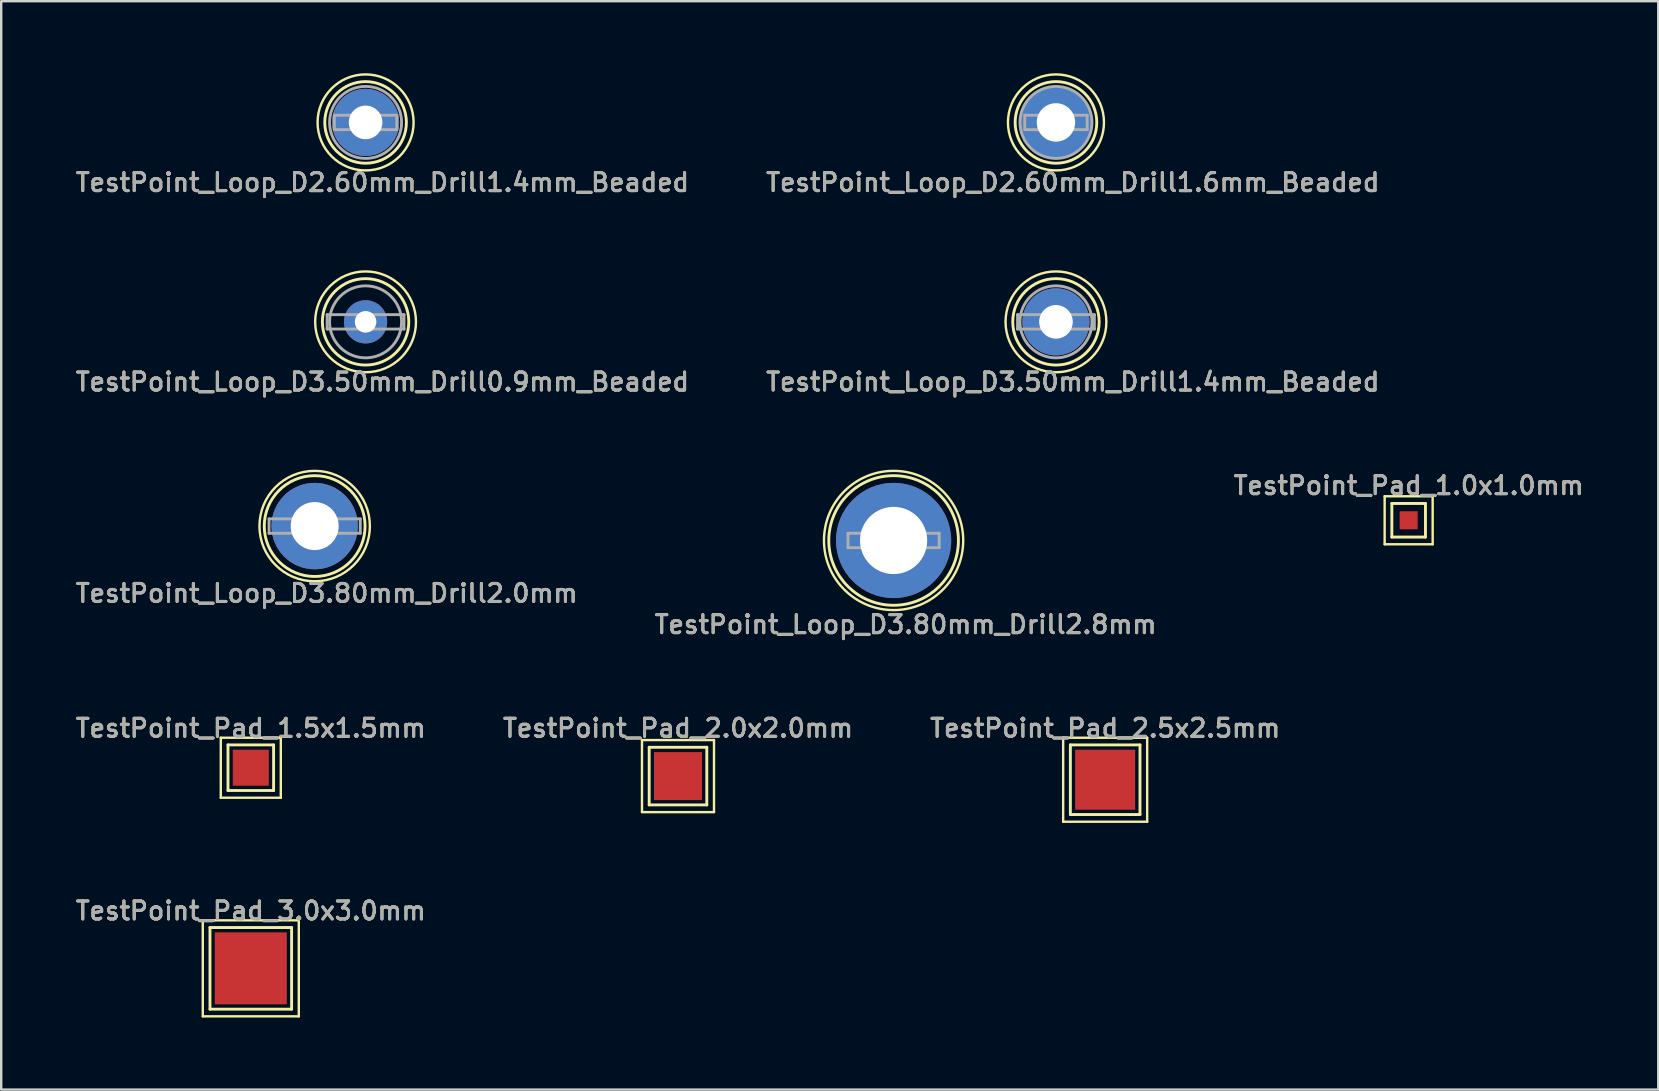
<source format=kicad_pcb>
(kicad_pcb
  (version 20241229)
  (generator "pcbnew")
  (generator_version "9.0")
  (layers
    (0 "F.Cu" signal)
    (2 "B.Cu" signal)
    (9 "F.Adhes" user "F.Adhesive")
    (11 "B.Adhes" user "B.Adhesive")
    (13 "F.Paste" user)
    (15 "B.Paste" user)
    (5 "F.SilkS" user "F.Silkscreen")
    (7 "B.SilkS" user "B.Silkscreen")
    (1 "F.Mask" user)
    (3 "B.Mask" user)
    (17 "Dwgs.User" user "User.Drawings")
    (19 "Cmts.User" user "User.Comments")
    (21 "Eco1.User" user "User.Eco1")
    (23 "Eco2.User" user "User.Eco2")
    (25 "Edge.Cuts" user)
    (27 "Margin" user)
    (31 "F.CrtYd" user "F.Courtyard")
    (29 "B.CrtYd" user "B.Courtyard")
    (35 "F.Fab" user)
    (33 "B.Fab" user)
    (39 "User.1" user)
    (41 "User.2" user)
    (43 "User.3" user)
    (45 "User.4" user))
  (footprint "TestPoint_Pad_1.5x1.5mm"
    (layer "F.Cu")
    (at 7.398 28.933)
    (property "Reference" "TestPoint_Pad_1.5x1.5mm" (at 0 -1.648 0) (layer "F.SilkS") (effects (font (size 0.75 0.75) (thickness 0.125))))
    (attr exclude_from_pos_files exclude_from_bom)
    (fp_line (start -1.25 -1.25) (end -1.25 1.25) (stroke (width 0.1) (type solid)) (layer "F.SilkS"))
    (fp_line (start -1.25 -1.25) (end 1.25 -1.25) (stroke (width 0.1) (type solid)) (layer "F.SilkS"))
    (fp_line (start -0.95 -0.95) (end 0.95 -0.95) (stroke (width 0.12) (type solid)) (layer "F.SilkS"))
    (fp_line (start -0.95 0.95) (end -0.95 -0.95) (stroke (width 0.12) (type solid)) (layer "F.SilkS"))
    (fp_line (start 0.95 -0.95) (end 0.95 0.95) (stroke (width 0.12) (type solid)) (layer "F.SilkS"))
    (fp_line (start 0.95 0.95) (end -0.95 0.95) (stroke (width 0.12) (type solid)) (layer "F.SilkS"))
    (fp_line (start 1.25 1.25) (end -1.25 1.25) (stroke (width 0.1) (type solid)) (layer "F.SilkS"))
    (fp_line (start 1.25 1.25) (end 1.25 -1.25) (stroke (width 0.1) (type solid)) (layer "F.SilkS"))
    (fp_text user "${REFERENCE}" (at 0 -1.65 0) (layer "F.Fab") (effects (font (size 0.75 0.75) (thickness 0.125))))
    (pad "1" smd rect (at 0 0) (size 1.5 1.5) (layers "F.Cu" "F.Mask")))
  (footprint "TestPoint_Loop_D2.60mm_Drill1.6mm_Beaded"
    (layer "F.Cu")
    (at 40.941 2.05)
    (property "Reference" "TestPoint_Loop_D2.60mm_Drill1.6mm_Beaded" (at 0.7 2.5 0) (layer "F.SilkS") (effects (font (size 0.75 0.75) (thickness 0.125))))
    (attr through_hole)
    (fp_circle (center 0 0) (end 1.7 0) (stroke (width 0.12) (type solid)) (fill no) (layer "F.SilkS"))
    (fp_circle (center 0 0) (end 2 0) (stroke (width 0.1) (type solid)) (fill no) (layer "F.SilkS"))
    (fp_line (start -1.3 -0.3) (end -1.3 0.3) (stroke (width 0.12) (type solid)) (layer "F.Fab"))
    (fp_line (start -1.3 0.3) (end 1.3 0.3) (stroke (width 0.12) (type solid)) (layer "F.Fab"))
    (fp_line (start 1.3 -0.3) (end -1.3 -0.3) (stroke (width 0.12) (type solid)) (layer "F.Fab"))
    (fp_line (start 1.3 0.3) (end 1.3 -0.3) (stroke (width 0.12) (type solid)) (layer "F.Fab"))
    (fp_circle (center 0 0) (end 1.5 0) (stroke (width 0.12) (type solid)) (fill no) (layer "F.Fab"))
    (fp_text user "${REFERENCE}" (at 0.7 2.5 0) (layer "F.Fab") (effects (font (size 0.75 0.75) (thickness 0.125))))
    (pad "1" thru_hole circle (at 0 0) (size 3 3) (drill 1.6) (layers "*.Cu" "*.Mask")))
  (footprint "TestPoint_Pad_1.0x1.0mm"
    (layer "F.Cu")
    (at 55.634 18.624)
    (property "Reference" "TestPoint_Pad_1.0x1.0mm" (at 0 -1.448 0) (layer "F.SilkS") (effects (font (size 0.75 0.75) (thickness 0.125))))
    (attr exclude_from_pos_files exclude_from_bom)
    (fp_line (start -1 -1) (end -1 1) (stroke (width 0.1) (type solid)) (layer "F.SilkS"))
    (fp_line (start -1 -1) (end 1 -1) (stroke (width 0.1) (type solid)) (layer "F.SilkS"))
    (fp_line (start -0.7 -0.7) (end 0.7 -0.7) (stroke (width 0.12) (type solid)) (layer "F.SilkS"))
    (fp_line (start -0.7 0.7) (end -0.7 -0.7) (stroke (width 0.12) (type solid)) (layer "F.SilkS"))
    (fp_line (start 0.7 -0.7) (end 0.7 0.7) (stroke (width 0.12) (type solid)) (layer "F.SilkS"))
    (fp_line (start 0.7 0.7) (end -0.7 0.7) (stroke (width 0.12) (type solid)) (layer "F.SilkS"))
    (fp_line (start 1 1) (end -1 1) (stroke (width 0.1) (type solid)) (layer "F.SilkS"))
    (fp_line (start 1 1) (end 1 -1) (stroke (width 0.1) (type solid)) (layer "F.SilkS"))
    (fp_text user "${REFERENCE}" (at 0 -1.45 0) (layer "F.Fab") (effects (font (size 0.75 0.75) (thickness 0.125))))
    (pad "1" smd rect (at 0 0) (size 0.75 0.75) (layers "F.Cu" "F.Mask")))
  (footprint "TestPoint_Loop_D3.80mm_Drill2.0mm"
    (layer "F.Cu")
    (at 10.059 18.866)
    (property "Reference" "TestPoint_Loop_D3.80mm_Drill2.0mm" (at 0.5 2.8 0) (layer "F.SilkS") (effects (font (size 0.75 0.75) (thickness 0.125))))
    (attr through_hole)
    (fp_circle (center 0 0) (end 2.1 0) (stroke (width 0.12) (type solid)) (fill no) (layer "F.SilkS"))
    (fp_circle (center 0 0) (end 2.3 0) (stroke (width 0.1) (type solid)) (fill no) (layer "F.SilkS"))
    (fp_line (start -1.9 -0.3) (end -1.9 0.3) (stroke (width 0.12) (type solid)) (layer "F.Fab"))
    (fp_line (start -1.9 0.3) (end 1.9 0.3) (stroke (width 0.12) (type solid)) (layer "F.Fab"))
    (fp_line (start 1.9 -0.3) (end -1.9 -0.3) (stroke (width 0.12) (type solid)) (layer "F.Fab"))
    (fp_line (start 1.9 0.3) (end 1.9 -0.3) (stroke (width 0.12) (type solid)) (layer "F.Fab"))
    (fp_text user "${REFERENCE}" (at 0.5 2.8 0) (layer "F.Fab") (effects (font (size 0.75 0.75) (thickness 0.125))))
    (pad "1" thru_hole circle (at 0 0) (size 3.6 3.6) (drill 2) (layers "*.Cu" "*.Mask")))
  (footprint "TestPoint_Pad_3.0x3.0mm"
    (layer "F.Cu")
    (at 7.398 37.291)
    (property "Reference" "TestPoint_Pad_3.0x3.0mm" (at 0 -2.398 0) (layer "F.SilkS") (effects (font (size 0.75 0.75) (thickness 0.125))))
    (attr exclude_from_pos_files exclude_from_bom)
    (fp_line (start -2 -2) (end -2 2) (stroke (width 0.1) (type solid)) (layer "F.SilkS"))
    (fp_line (start -2 -2) (end 2 -2) (stroke (width 0.1) (type solid)) (layer "F.SilkS"))
    (fp_line (start -1.7 -1.7) (end 1.7 -1.7) (stroke (width 0.12) (type solid)) (layer "F.SilkS"))
    (fp_line (start -1.7 1.7) (end -1.7 -1.7) (stroke (width 0.12) (type solid)) (layer "F.SilkS"))
    (fp_line (start 1.7 -1.7) (end 1.7 1.7) (stroke (width 0.12) (type solid)) (layer "F.SilkS"))
    (fp_line (start 1.7 1.7) (end -1.7 1.7) (stroke (width 0.12) (type solid)) (layer "F.SilkS"))
    (fp_line (start 2 2) (end -2 2) (stroke (width 0.1) (type solid)) (layer "F.SilkS"))
    (fp_line (start 2 2) (end 2 -2) (stroke (width 0.1) (type solid)) (layer "F.SilkS"))
    (fp_text user "${REFERENCE}" (at 0 -2.4 0) (layer "F.Fab") (effects (font (size 0.75 0.75) (thickness 0.125))))
    (pad "1" smd rect (at 0 0) (size 3 3) (layers "F.Cu" "F.Mask")))
  (footprint "TestPoint_Loop_D2.60mm_Drill1.4mm_Beaded"
    (layer "F.Cu")
    (at 12.18 2.05)
    (property "Reference" "TestPoint_Loop_D2.60mm_Drill1.4mm_Beaded" (at 0.7 2.5 0) (layer "F.SilkS") (effects (font (size 0.75 0.75) (thickness 0.125))))
    (attr through_hole)
    (fp_circle (center 0 0) (end 1.7 0) (stroke (width 0.12) (type solid)) (fill no) (layer "F.SilkS"))
    (fp_circle (center 0 0) (end 2 0) (stroke (width 0.1) (type solid)) (fill no) (layer "F.SilkS"))
    (fp_line (start -1.3 -0.3) (end -1.3 0.3) (stroke (width 0.12) (type solid)) (layer "F.Fab"))
    (fp_line (start -1.3 0.3) (end 1.3 0.3) (stroke (width 0.12) (type solid)) (layer "F.Fab"))
    (fp_line (start 1.3 -0.3) (end -1.3 -0.3) (stroke (width 0.12) (type solid)) (layer "F.Fab"))
    (fp_line (start 1.3 0.3) (end 1.3 -0.3) (stroke (width 0.12) (type solid)) (layer "F.Fab"))
    (fp_circle (center 0 0) (end 1.5 0) (stroke (width 0.12) (type solid)) (fill no) (layer "F.Fab"))
    (fp_text user "${REFERENCE}" (at 0.7 2.5 0) (layer "F.Fab") (effects (font (size 0.75 0.75) (thickness 0.125))))
    (pad "1" thru_hole circle (at 0 0) (size 2.8 2.8) (drill 1.4) (layers "*.Cu" "*.Mask")))
  (footprint "TestPoint_Loop_D3.80mm_Drill2.8mm"
    (layer "F.Cu")
    (at 34.177 19.466)
    (property "Reference" "TestPoint_Loop_D3.80mm_Drill2.8mm" (at 0.5 3.5 0) (layer "F.SilkS") (effects (font (size 0.75 0.75) (thickness 0.125))))
    (attr through_hole)
    (fp_circle (center 0 0) (end 2.7 0) (stroke (width 0.12) (type solid)) (fill no) (layer "F.SilkS"))
    (fp_circle (center 0 0) (end 2.9 0) (stroke (width 0.1) (type solid)) (fill no) (layer "F.SilkS"))
    (fp_line (start -1.9 -0.3) (end -1.9 0.3) (stroke (width 0.12) (type solid)) (layer "F.Fab"))
    (fp_line (start -1.9 0.3) (end 1.9 0.3) (stroke (width 0.12) (type solid)) (layer "F.Fab"))
    (fp_line (start 1.9 -0.3) (end -1.9 -0.3) (stroke (width 0.12) (type solid)) (layer "F.Fab"))
    (fp_line (start 1.9 0.3) (end 1.9 -0.3) (stroke (width 0.12) (type solid)) (layer "F.Fab"))
    (fp_text user "${REFERENCE}" (at 0.5 3.5 0) (layer "F.Fab") (effects (font (size 0.75 0.75) (thickness 0.125))))
    (pad "1" thru_hole circle (at 0 0) (size 4.8 4.8) (drill 2.8) (layers "*.Cu" "*.Mask")))
  (footprint "TestPoint_Loop_D3.50mm_Drill1.4mm_Beaded"
    (layer "F.Cu")
    (at 40.941 10.358)
    (property "Reference" "TestPoint_Loop_D3.50mm_Drill1.4mm_Beaded" (at 0.7 2.5 0) (layer "F.SilkS") (effects (font (size 0.75 0.75) (thickness 0.125))))
    (attr through_hole)
    (fp_circle (center 0 0) (end 1.8 0) (stroke (width 0.12) (type solid)) (fill no) (layer "F.SilkS"))
    (fp_circle (center 0 0) (end 2.1 0) (stroke (width 0.1) (type solid)) (fill no) (layer "F.SilkS"))
    (fp_line (start -1.6 -0.3) (end -1.6 0.3) (stroke (width 0.12) (type solid)) (layer "F.Fab"))
    (fp_line (start -1.6 0.3) (end 1.6 0.3) (stroke (width 0.12) (type solid)) (layer "F.Fab"))
    (fp_line (start 1.6 -0.3) (end -1.6 -0.3) (stroke (width 0.12) (type solid)) (layer "F.Fab"))
    (fp_line (start 1.6 0.3) (end 1.6 -0.3) (stroke (width 0.12) (type solid)) (layer "F.Fab"))
    (fp_circle (center 0 0) (end 1.5 0) (stroke (width 0.12) (type solid)) (fill no) (layer "F.Fab"))
    (fp_text user "${REFERENCE}" (at 0.7 2.5 0) (layer "F.Fab") (effects (font (size 0.75 0.75) (thickness 0.125))))
    (pad "1" thru_hole circle (at 0 0) (size 2.8 2.8) (drill 1.4) (layers "*.Cu" "*.Mask")))
  (footprint "TestPoint_Pad_2.5x2.5mm"
    (layer "F.Cu")
    (at 42.991 29.433)
    (property "Reference" "TestPoint_Pad_2.5x2.5mm" (at 0 -2.148 0) (layer "F.SilkS") (effects (font (size 0.75 0.75) (thickness 0.125))))
    (attr exclude_from_pos_files exclude_from_bom)
    (fp_line (start -1.75 -1.75) (end -1.75 1.75) (stroke (width 0.1) (type solid)) (layer "F.SilkS"))
    (fp_line (start -1.75 -1.75) (end 1.75 -1.75) (stroke (width 0.1) (type solid)) (layer "F.SilkS"))
    (fp_line (start -1.45 -1.45) (end 1.45 -1.45) (stroke (width 0.12) (type solid)) (layer "F.SilkS"))
    (fp_line (start -1.45 1.45) (end -1.45 -1.45) (stroke (width 0.12) (type solid)) (layer "F.SilkS"))
    (fp_line (start 1.45 -1.45) (end 1.45 1.45) (stroke (width 0.12) (type solid)) (layer "F.SilkS"))
    (fp_line (start 1.45 1.45) (end -1.45 1.45) (stroke (width 0.12) (type solid)) (layer "F.SilkS"))
    (fp_line (start 1.75 1.75) (end -1.75 1.75) (stroke (width 0.1) (type solid)) (layer "F.SilkS"))
    (fp_line (start 1.75 1.75) (end 1.75 -1.75) (stroke (width 0.1) (type solid)) (layer "F.SilkS"))
    (fp_text user "${REFERENCE}" (at 0 -2.15 0) (layer "F.Fab") (effects (font (size 0.75 0.75) (thickness 0.125))))
    (pad "1" smd rect (at 0 0) (size 2.5 2.5) (layers "F.Cu" "F.Mask")))
  (footprint "TestPoint_Pad_2.0x2.0mm"
    (layer "F.Cu")
    (at 25.195 29.282)
    (property "Reference" "TestPoint_Pad_2.0x2.0mm" (at 0 -1.998 0) (layer "F.SilkS") (effects (font (size 0.75 0.75) (thickness 0.125))))
    (attr exclude_from_pos_files exclude_from_bom)
    (fp_line (start -1.5 -1.5) (end -1.5 1.5) (stroke (width 0.1) (type solid)) (layer "F.SilkS"))
    (fp_line (start -1.5 -1.5) (end 1.5 -1.5) (stroke (width 0.1) (type solid)) (layer "F.SilkS"))
    (fp_line (start -1.2 -1.2) (end 1.2 -1.2) (stroke (width 0.12) (type solid)) (layer "F.SilkS"))
    (fp_line (start -1.2 1.2) (end -1.2 -1.2) (stroke (width 0.12) (type solid)) (layer "F.SilkS"))
    (fp_line (start 1.2 -1.2) (end 1.2 1.2) (stroke (width 0.12) (type solid)) (layer "F.SilkS"))
    (fp_line (start 1.2 1.2) (end -1.2 1.2) (stroke (width 0.12) (type solid)) (layer "F.SilkS"))
    (fp_line (start 1.5 1.5) (end -1.5 1.5) (stroke (width 0.1) (type solid)) (layer "F.SilkS"))
    (fp_line (start 1.5 1.5) (end 1.5 -1.5) (stroke (width 0.1) (type solid)) (layer "F.SilkS"))
    (fp_text user "${REFERENCE}" (at 0 -2 0) (layer "F.Fab") (effects (font (size 0.75 0.75) (thickness 0.125))))
    (pad "1" smd rect (at 0 0) (size 2 2) (layers "F.Cu" "F.Mask")))
  (footprint "TestPoint_Loop_D3.50mm_Drill0.9mm_Beaded"
    (layer "F.Cu")
    (at 12.18 10.358)
    (property "Reference" "TestPoint_Loop_D3.50mm_Drill0.9mm_Beaded" (at 0.7 2.5 0) (layer "F.SilkS") (effects (font (size 0.75 0.75) (thickness 0.125))))
    (attr through_hole)
    (fp_circle (center 0 0) (end 1.8 0) (stroke (width 0.12) (type solid)) (fill no) (layer "F.SilkS"))
    (fp_circle (center 0 0) (end 2.1 0) (stroke (width 0.1) (type solid)) (fill no) (layer "F.SilkS"))
    (fp_line (start -1.6 -0.3) (end -1.6 0.3) (stroke (width 0.12) (type solid)) (layer "F.Fab"))
    (fp_line (start -1.6 0.3) (end 1.6 0.3) (stroke (width 0.12) (type solid)) (layer "F.Fab"))
    (fp_line (start 1.6 -0.3) (end -1.6 -0.3) (stroke (width 0.12) (type solid)) (layer "F.Fab"))
    (fp_line (start 1.6 0.3) (end 1.6 -0.3) (stroke (width 0.12) (type solid)) (layer "F.Fab"))
    (fp_circle (center 0 0) (end 1.5 0) (stroke (width 0.12) (type solid)) (fill no) (layer "F.Fab"))
    (fp_text user "${REFERENCE}" (at 0.7 2.5 0) (layer "F.Fab") (effects (font (size 0.75 0.75) (thickness 0.125))))
    (pad "1" thru_hole circle (at 0 0) (size 1.8 1.8) (drill 0.9) (layers "*.Cu" "*.Mask")))
  (gr_rect
    (start -3 -3)
    (end 66.032 42.341)
    (stroke (width 0.1) (type default))
    (fill no)
    (layer "Edge.Cuts")))
</source>
